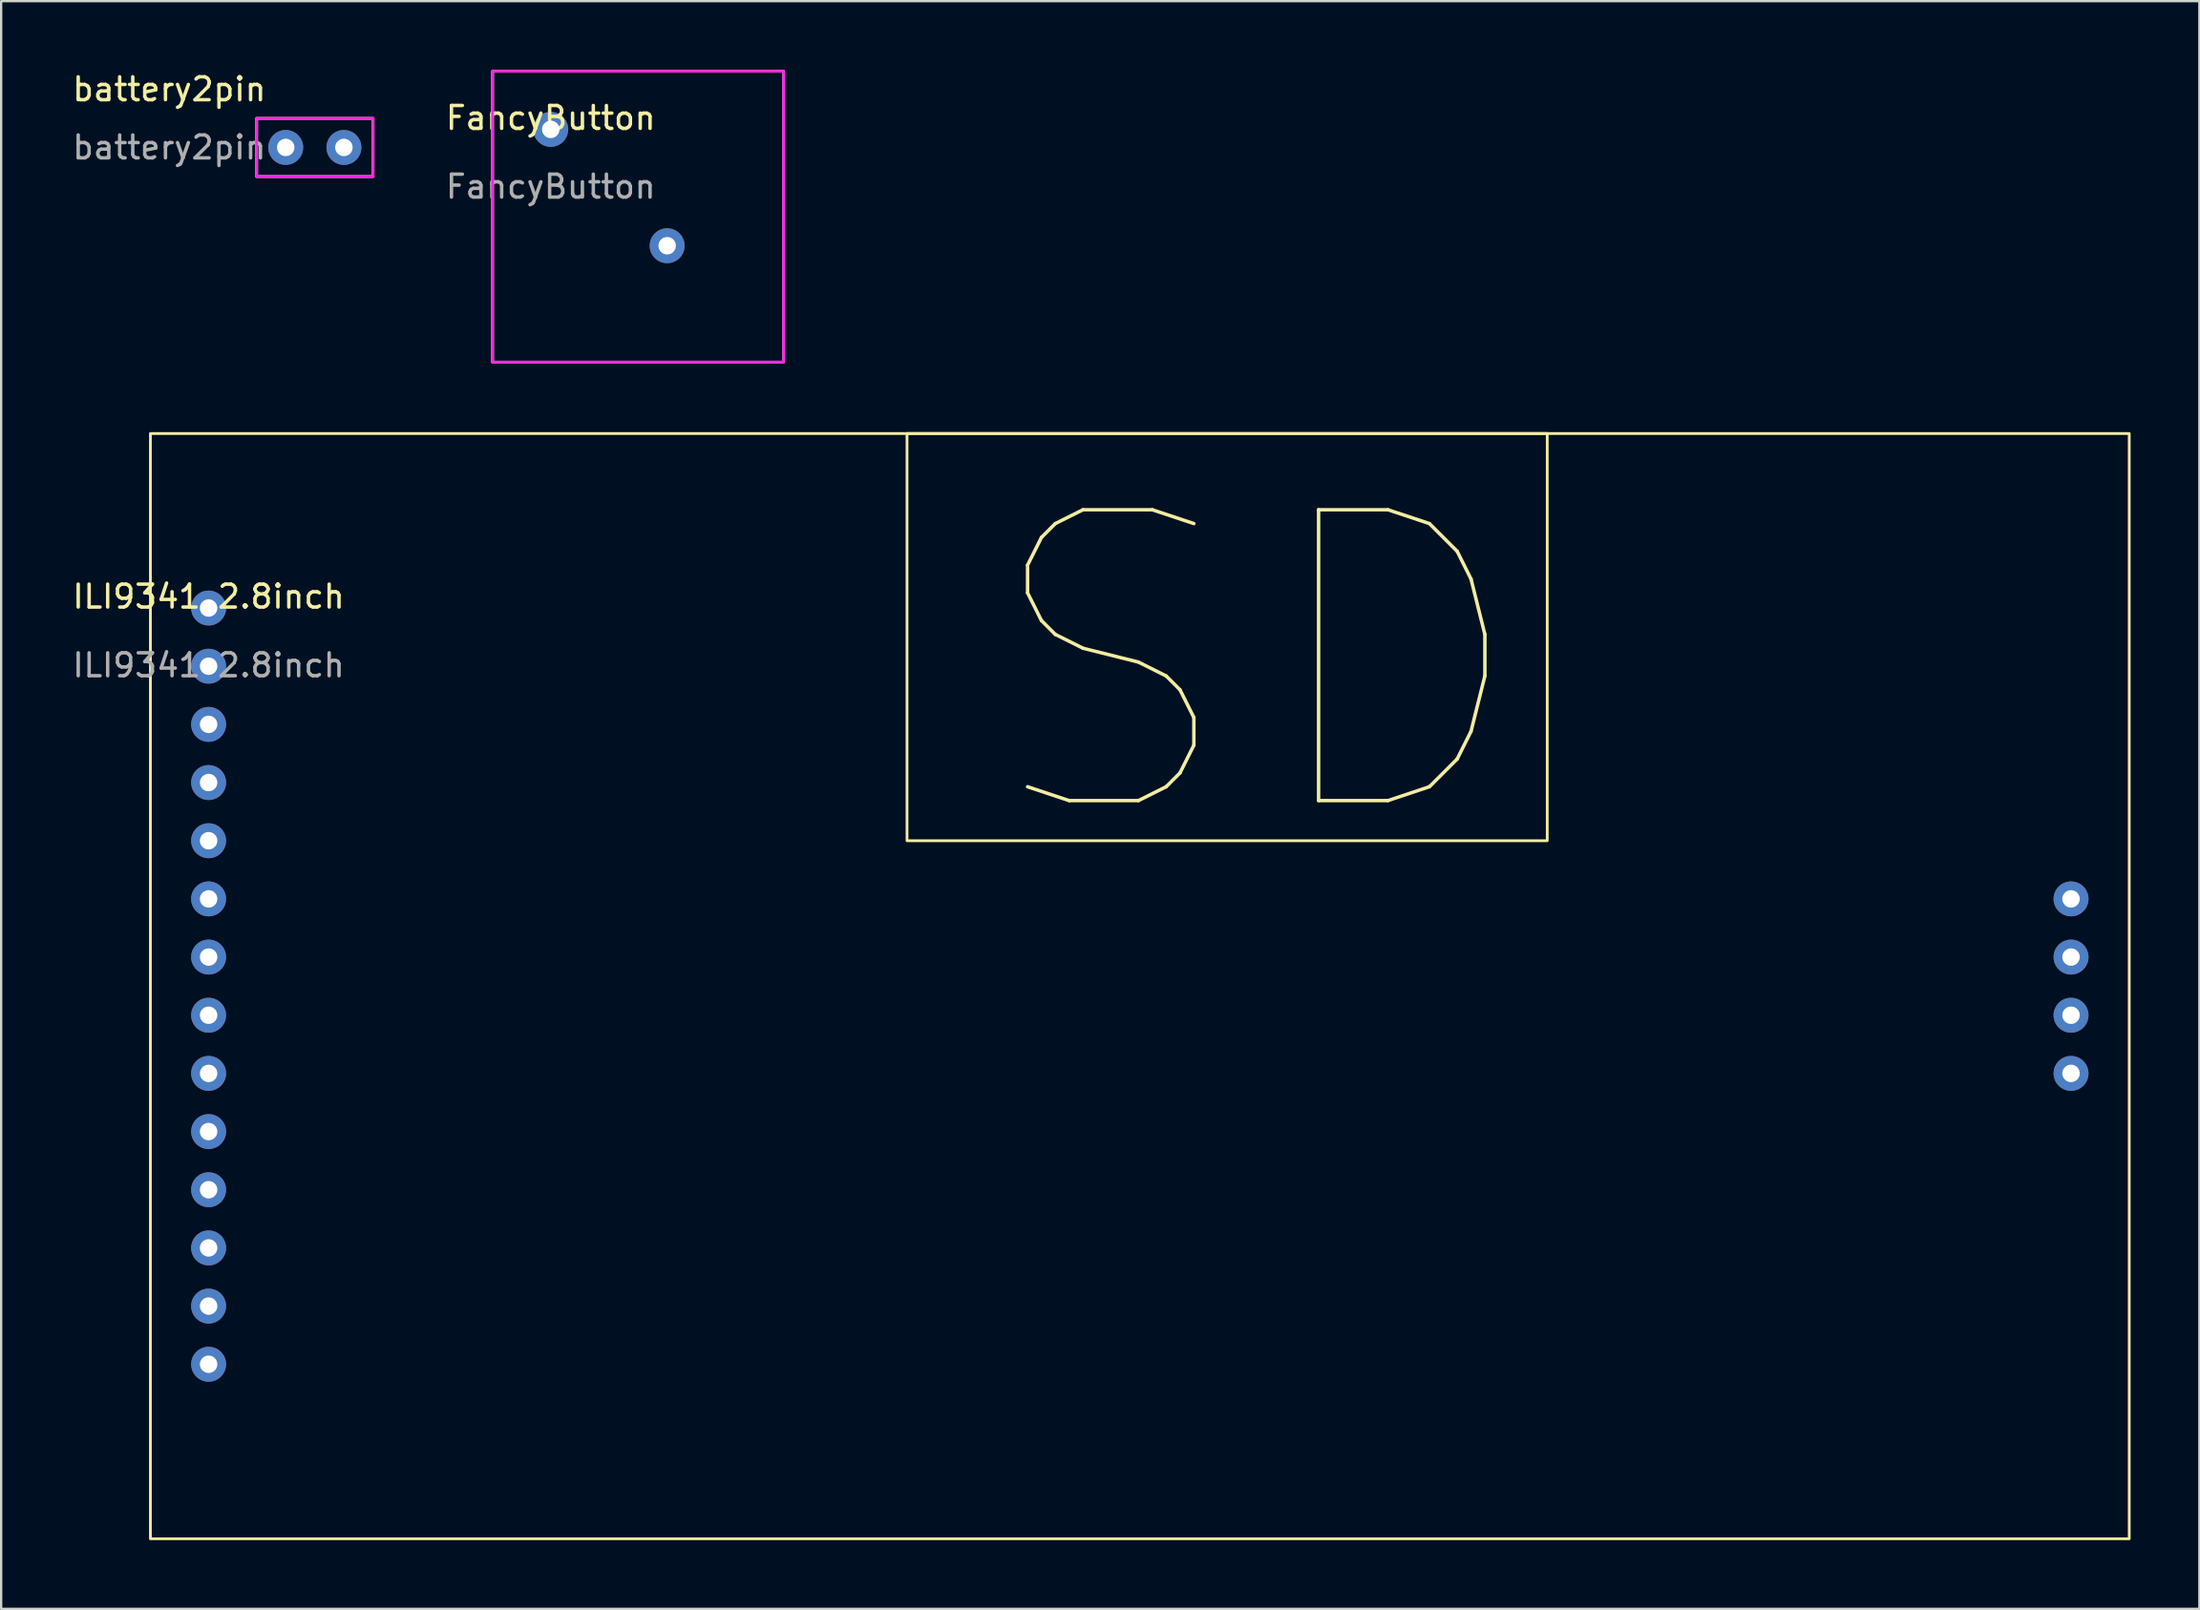
<source format=kicad_pcb>
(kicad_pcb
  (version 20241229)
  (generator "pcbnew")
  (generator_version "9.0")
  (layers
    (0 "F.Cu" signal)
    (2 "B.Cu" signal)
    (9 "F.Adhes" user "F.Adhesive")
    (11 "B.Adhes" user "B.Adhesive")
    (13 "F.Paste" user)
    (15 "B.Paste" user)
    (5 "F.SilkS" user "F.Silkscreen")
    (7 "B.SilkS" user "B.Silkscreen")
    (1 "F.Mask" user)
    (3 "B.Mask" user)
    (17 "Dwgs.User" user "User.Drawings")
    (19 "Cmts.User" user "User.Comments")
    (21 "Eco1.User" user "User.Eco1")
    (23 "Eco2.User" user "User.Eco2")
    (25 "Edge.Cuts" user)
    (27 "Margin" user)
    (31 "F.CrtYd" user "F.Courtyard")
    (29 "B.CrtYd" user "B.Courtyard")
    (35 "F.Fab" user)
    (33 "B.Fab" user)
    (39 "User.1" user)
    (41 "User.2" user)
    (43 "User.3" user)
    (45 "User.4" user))
  (footprint "FancyButton"
    (layer "F.Cu")
    (at 20.986 2.6)
    (property "Reference" "FancyButton" (at 0 -0.5 0) (unlocked yes) (layer "F.SilkS") (effects (font (size 1 1) (thickness 0.15))))
    (attr through_hole)
    (fp_rect (start 10.16 -2.54) (end -2.54 10.16) (stroke (width 0.12) (type solid)) (fill no) (layer "F.SilkS"))
    (fp_rect (start -2.54 -2.54) (end 10.16 10.16) (stroke (width 0.12) (type solid)) (fill no) (layer "F.CrtYd"))
    (fp_text user "${REFERENCE}" (at 0 2.5 0) (unlocked yes) (layer "F.Fab") (effects (font (size 1 1) (thickness 0.15))))
    (pad "1" thru_hole circle (at 0 0) (size 1.524 1.524) (drill 0.762) (layers "*.Cu" "*.Mask"))
    (pad "2" thru_hole circle (at 5.08 5.08) (size 1.524 1.524) (drill 0.762) (layers "*.Cu" "*.Mask")))
  (footprint "battery2pin"
    (layer "F.Cu")
    (at 9.419 3.388)
    (property "Reference" "battery2pin" (at -5.08 -2.54 0) (unlocked yes) (layer "F.SilkS") (effects (font (size 1 1) (thickness 0.15))))
    (attr through_hole)
    (fp_rect (start 3.81 -1.27) (end -1.27 1.27) (stroke (width 0.12) (type solid)) (fill no) (layer "F.SilkS"))
    (fp_rect (start -1.27 -1.27) (end 3.81 1.27) (stroke (width 0.12) (type solid)) (fill no) (layer "F.CrtYd"))
    (fp_text user "${REFERENCE}" (at -5.08 0 0) (unlocked yes) (layer "F.Fab") (effects (font (size 1 1) (thickness 0.15))))
    (pad "1" thru_hole circle (at 0 0) (size 1.524 1.524) (drill 0.762) (layers "*.Cu" "*.Mask"))
    (pad "2" thru_hole circle (at 2.54 0) (size 1.524 1.524) (drill 0.762) (layers "*.Cu" "*.Mask")))
  (footprint "ILI9341 2.8inch"
    (layer "F.Cu")
    (at 6.054 23.5)
    (property "Reference" "ILI9341 2.8inch" (at 0 -0.5 0) (unlocked yes) (layer "F.SilkS") (effects (font (size 1 1) (thickness 0.15))))
    (attr through_hole)
    (fp_rect (start -2.54 -7.62) (end 83.82 40.64) (stroke (width 0.12) (type solid)) (fill no) (layer "F.SilkS"))
    (fp_rect (start 58.42 -7.62) (end 30.48 10.16) (stroke (width 0.12) (type solid)) (fill no) (layer "F.SilkS"))
    (fp_text user "SD" (at 45.72 2.54 0) (unlocked yes) (layer "F.SilkS") (effects (font (size 12.7 12.7) (thickness 0.15))))
    (fp_text user "${REFERENCE}" (at 0 2.5 0) (unlocked yes) (layer "F.Fab") (effects (font (size 1 1) (thickness 0.15))))
    (pad "1" thru_hole circle (at 0 0) (size 1.524 1.524) (drill 0.762) (layers "*.Cu" "*.Mask"))
    (pad "2" thru_hole circle (at 0 2.54) (size 1.524 1.524) (drill 0.762) (layers "*.Cu" "*.Mask"))
    (pad "3" thru_hole circle (at 0 5.08) (size 1.524 1.524) (drill 0.762) (layers "*.Cu" "*.Mask"))
    (pad "4" thru_hole circle (at 0 7.62) (size 1.524 1.524) (drill 0.762) (layers "*.Cu" "*.Mask"))
    (pad "5" thru_hole circle (at 0 10.16) (size 1.524 1.524) (drill 0.762) (layers "*.Cu" "*.Mask"))
    (pad "6" thru_hole circle (at 0 12.7) (size 1.524 1.524) (drill 0.762) (layers "*.Cu" "*.Mask"))
    (pad "7" thru_hole circle (at 0 15.24) (size 1.524 1.524) (drill 0.762) (layers "*.Cu" "*.Mask"))
    (pad "8" thru_hole circle (at 0 17.78) (size 1.524 1.524) (drill 0.762) (layers "*.Cu" "*.Mask"))
    (pad "9" thru_hole circle (at 0 20.32) (size 1.524 1.524) (drill 0.762) (layers "*.Cu" "*.Mask"))
    (pad "10" thru_hole circle (at 0 22.86) (size 1.524 1.524) (drill 0.762) (layers "*.Cu" "*.Mask"))
    (pad "11" thru_hole circle (at 0 25.4) (size 1.524 1.524) (drill 0.762) (layers "*.Cu" "*.Mask"))
    (pad "12" thru_hole circle (at 0 27.94) (size 1.524 1.524) (drill 0.762) (layers "*.Cu" "*.Mask"))
    (pad "13" thru_hole circle (at 0 30.48) (size 1.524 1.524) (drill 0.762) (layers "*.Cu" "*.Mask"))
    (pad "14" thru_hole circle (at 0 33.02) (size 1.524 1.524) (drill 0.762) (layers "*.Cu" "*.Mask"))
    (pad "15" thru_hole circle (at 81.28 12.7) (size 1.524 1.524) (drill 0.762) (layers "*.Cu" "*.Mask"))
    (pad "16" thru_hole circle (at 81.28 15.24) (size 1.524 1.524) (drill 0.762) (layers "*.Cu" "*.Mask"))
    (pad "17" thru_hole circle (at 81.28 17.78) (size 1.524 1.524) (drill 0.762) (layers "*.Cu" "*.Mask"))
    (pad "18" thru_hole circle (at 81.28 20.32) (size 1.524 1.524) (drill 0.762) (layers "*.Cu" "*.Mask")))
  (gr_rect
    (start -3 -3)
    (end 92.934 67.2)
    (stroke (width 0.1) (type default))
    (fill no)
    (layer "Edge.Cuts")))
</source>
